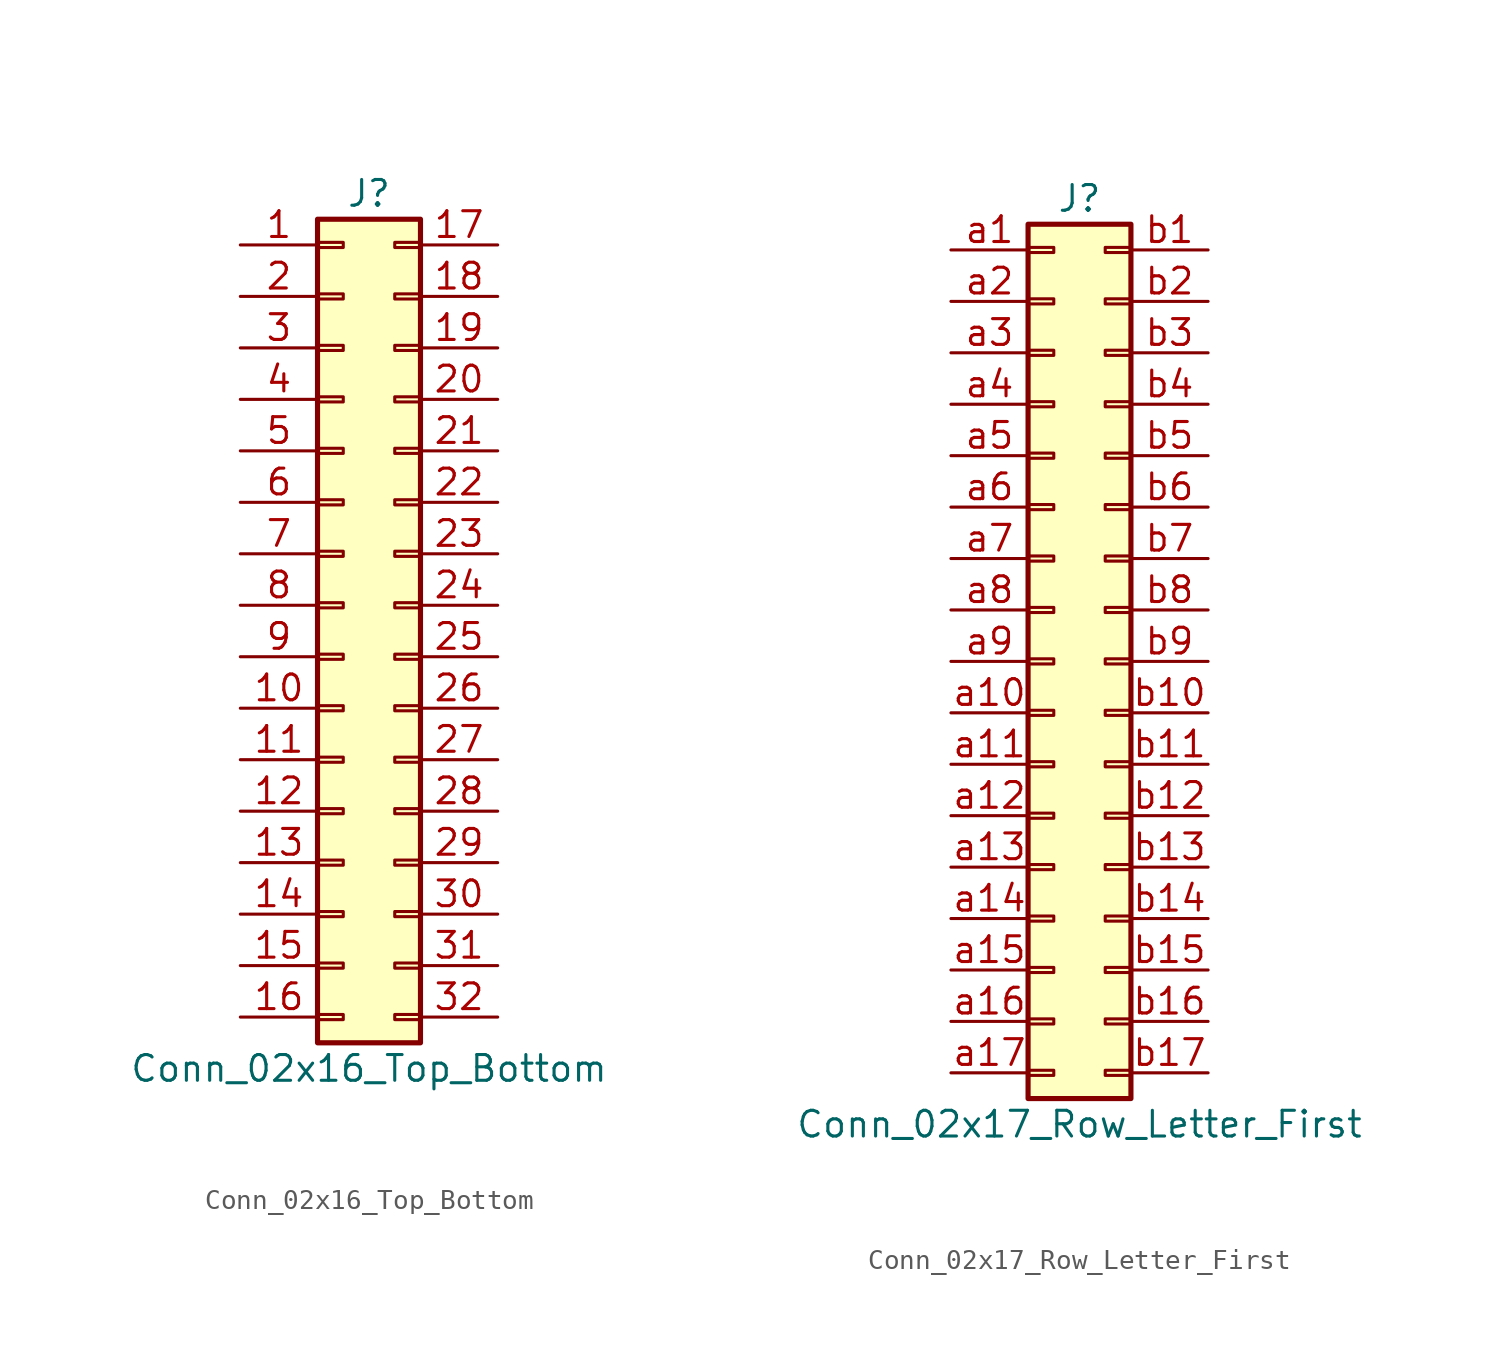
<source format=kicad_sym>
(kicad_symbol_lib
  (version 20201005)
  (generator kicad_symbol_editor)
  (symbol "Conn_02x16_Top_Bottom"
    (pin_names
      (offset 1.016) hide)
    (property "Reference" "J"
      (at 1.27 20.32 0)
      (effects (font (size 1.27 1.27))))
    (property "Value" "Conn_02x16_Top_Bottom"
      (at 1.27 -22.86 0)
      (effects (font (size 1.27 1.27))))
    (symbol "Conn_02x16_Top_Bottom_1_1"
      (rectangle (start -1.27 -20.193) (end 0 -20.447) (stroke (width 0.152)) (fill (type none)))
      (rectangle (start -1.27 -17.653) (end 0 -17.907) (stroke (width 0.152)) (fill (type none)))
      (rectangle (start -1.27 -15.113) (end 0 -15.367) (stroke (width 0.152)) (fill (type none)))
      (rectangle (start -1.27 -12.573) (end 0 -12.827) (stroke (width 0.152)) (fill (type none)))
      (rectangle (start -1.27 -10.033) (end 0 -10.287) (stroke (width 0.152)) (fill (type none)))
      (rectangle (start -1.27 -7.493) (end 0 -7.747) (stroke (width 0.152)) (fill (type none)))
      (rectangle (start -1.27 -4.953) (end 0 -5.207) (stroke (width 0.152)) (fill (type none)))
      (rectangle (start -1.27 -2.413) (end 0 -2.667) (stroke (width 0.152)) (fill (type none)))
      (rectangle (start -1.27 0.127) (end 0 -0.127) (stroke (width 0.152)) (fill (type none)))
      (rectangle (start -1.27 2.667) (end 0 2.413) (stroke (width 0.152)) (fill (type none)))
      (rectangle (start -1.27 5.207) (end 0 4.953) (stroke (width 0.152)) (fill (type none)))
      (rectangle (start -1.27 7.747) (end 0 7.493) (stroke (width 0.152)) (fill (type none)))
      (rectangle (start -1.27 10.287) (end 0 10.033) (stroke (width 0.152)) (fill (type none)))
      (rectangle (start -1.27 12.827) (end 0 12.573) (stroke (width 0.152)) (fill (type none)))
      (rectangle (start -1.27 15.367) (end 0 15.113) (stroke (width 0.152)) (fill (type none)))
      (rectangle (start -1.27 17.907) (end 0 17.653) (stroke (width 0.152)) (fill (type none)))
      (rectangle (start 3.81 -20.193) (end 2.54 -20.447) (stroke (width 0.152)) (fill (type none)))
      (rectangle (start 3.81 -17.653) (end 2.54 -17.907) (stroke (width 0.152)) (fill (type none)))
      (rectangle (start 3.81 -15.113) (end 2.54 -15.367) (stroke (width 0.152)) (fill (type none)))
      (rectangle (start 3.81 -12.573) (end 2.54 -12.827) (stroke (width 0.152)) (fill (type none)))
      (rectangle (start 3.81 -10.033) (end 2.54 -10.287) (stroke (width 0.152)) (fill (type none)))
      (rectangle (start 3.81 -7.493) (end 2.54 -7.747) (stroke (width 0.152)) (fill (type none)))
      (rectangle (start 3.81 -4.953) (end 2.54 -5.207) (stroke (width 0.152)) (fill (type none)))
      (rectangle (start 3.81 -2.413) (end 2.54 -2.667) (stroke (width 0.152)) (fill (type none)))
      (rectangle (start 3.81 0.127) (end 2.54 -0.127) (stroke (width 0.152)) (fill (type none)))
      (rectangle (start 3.81 2.667) (end 2.54 2.413) (stroke (width 0.152)) (fill (type none)))
      (rectangle (start 3.81 5.207) (end 2.54 4.953) (stroke (width 0.152)) (fill (type none)))
      (rectangle (start 3.81 7.747) (end 2.54 7.493) (stroke (width 0.152)) (fill (type none)))
      (rectangle (start 3.81 10.287) (end 2.54 10.033) (stroke (width 0.152)) (fill (type none)))
      (rectangle (start 3.81 12.827) (end 2.54 12.573) (stroke (width 0.152)) (fill (type none)))
      (rectangle (start 3.81 15.367) (end 2.54 15.113) (stroke (width 0.152)) (fill (type none)))
      (rectangle (start 3.81 17.907) (end 2.54 17.653) (stroke (width 0.152)) (fill (type none)))
      (rectangle (start -1.27 19.05) (end 3.81 -21.59) (stroke (width 0.254)) (fill (type background)))
      (pin passive line (at -5.08 17.78 0) (length 3.81) (name "Pin_1" (effects (font (size 1.27 1.27)))) (number "1" (effects (font (size 1.27 1.27)))))
      (pin passive line (at -5.08 -5.08 0) (length 3.81) (name "Pin_10" (effects (font (size 1.27 1.27)))) (number "10" (effects (font (size 1.27 1.27)))))
      (pin passive line (at -5.08 -7.62 0) (length 3.81) (name "Pin_11" (effects (font (size 1.27 1.27)))) (number "11" (effects (font (size 1.27 1.27)))))
      (pin passive line (at -5.08 -10.16 0) (length 3.81) (name "Pin_12" (effects (font (size 1.27 1.27)))) (number "12" (effects (font (size 1.27 1.27)))))
      (pin passive line (at -5.08 -12.7 0) (length 3.81) (name "Pin_13" (effects (font (size 1.27 1.27)))) (number "13" (effects (font (size 1.27 1.27)))))
      (pin passive line (at -5.08 -15.24 0) (length 3.81) (name "Pin_14" (effects (font (size 1.27 1.27)))) (number "14" (effects (font (size 1.27 1.27)))))
      (pin passive line (at -5.08 -17.78 0) (length 3.81) (name "Pin_15" (effects (font (size 1.27 1.27)))) (number "15" (effects (font (size 1.27 1.27)))))
      (pin passive line (at -5.08 -20.32 0) (length 3.81) (name "Pin_16" (effects (font (size 1.27 1.27)))) (number "16" (effects (font (size 1.27 1.27)))))
      (pin passive line (at 7.62 17.78 180) (length 3.81) (name "Pin_17" (effects (font (size 1.27 1.27)))) (number "17" (effects (font (size 1.27 1.27)))))
      (pin passive line (at 7.62 15.24 180) (length 3.81) (name "Pin_18" (effects (font (size 1.27 1.27)))) (number "18" (effects (font (size 1.27 1.27)))))
      (pin passive line (at 7.62 12.7 180) (length 3.81) (name "Pin_19" (effects (font (size 1.27 1.27)))) (number "19" (effects (font (size 1.27 1.27)))))
      (pin passive line (at -5.08 15.24 0) (length 3.81) (name "Pin_2" (effects (font (size 1.27 1.27)))) (number "2" (effects (font (size 1.27 1.27)))))
      (pin passive line (at 7.62 10.16 180) (length 3.81) (name "Pin_20" (effects (font (size 1.27 1.27)))) (number "20" (effects (font (size 1.27 1.27)))))
      (pin passive line (at 7.62 7.62 180) (length 3.81) (name "Pin_21" (effects (font (size 1.27 1.27)))) (number "21" (effects (font (size 1.27 1.27)))))
      (pin passive line (at 7.62 5.08 180) (length 3.81) (name "Pin_22" (effects (font (size 1.27 1.27)))) (number "22" (effects (font (size 1.27 1.27)))))
      (pin passive line (at 7.62 2.54 180) (length 3.81) (name "Pin_23" (effects (font (size 1.27 1.27)))) (number "23" (effects (font (size 1.27 1.27)))))
      (pin passive line (at 7.62 0 180) (length 3.81) (name "Pin_24" (effects (font (size 1.27 1.27)))) (number "24" (effects (font (size 1.27 1.27)))))
      (pin passive line (at 7.62 -2.54 180) (length 3.81) (name "Pin_25" (effects (font (size 1.27 1.27)))) (number "25" (effects (font (size 1.27 1.27)))))
      (pin passive line (at 7.62 -5.08 180) (length 3.81) (name "Pin_26" (effects (font (size 1.27 1.27)))) (number "26" (effects (font (size 1.27 1.27)))))
      (pin passive line (at 7.62 -7.62 180) (length 3.81) (name "Pin_27" (effects (font (size 1.27 1.27)))) (number "27" (effects (font (size 1.27 1.27)))))
      (pin passive line (at 7.62 -10.16 180) (length 3.81) (name "Pin_28" (effects (font (size 1.27 1.27)))) (number "28" (effects (font (size 1.27 1.27)))))
      (pin passive line (at 7.62 -12.7 180) (length 3.81) (name "Pin_29" (effects (font (size 1.27 1.27)))) (number "29" (effects (font (size 1.27 1.27)))))
      (pin passive line (at -5.08 12.7 0) (length 3.81) (name "Pin_3" (effects (font (size 1.27 1.27)))) (number "3" (effects (font (size 1.27 1.27)))))
      (pin passive line (at 7.62 -15.24 180) (length 3.81) (name "Pin_30" (effects (font (size 1.27 1.27)))) (number "30" (effects (font (size 1.27 1.27)))))
      (pin passive line (at 7.62 -17.78 180) (length 3.81) (name "Pin_31" (effects (font (size 1.27 1.27)))) (number "31" (effects (font (size 1.27 1.27)))))
      (pin passive line (at 7.62 -20.32 180) (length 3.81) (name "Pin_32" (effects (font (size 1.27 1.27)))) (number "32" (effects (font (size 1.27 1.27)))))
      (pin passive line (at -5.08 10.16 0) (length 3.81) (name "Pin_4" (effects (font (size 1.27 1.27)))) (number "4" (effects (font (size 1.27 1.27)))))
      (pin passive line (at -5.08 7.62 0) (length 3.81) (name "Pin_5" (effects (font (size 1.27 1.27)))) (number "5" (effects (font (size 1.27 1.27)))))
      (pin passive line (at -5.08 5.08 0) (length 3.81) (name "Pin_6" (effects (font (size 1.27 1.27)))) (number "6" (effects (font (size 1.27 1.27)))))
      (pin passive line (at -5.08 2.54 0) (length 3.81) (name "Pin_7" (effects (font (size 1.27 1.27)))) (number "7" (effects (font (size 1.27 1.27)))))
      (pin passive line (at -5.08 0 0) (length 3.81) (name "Pin_8" (effects (font (size 1.27 1.27)))) (number "8" (effects (font (size 1.27 1.27)))))
      (pin passive line (at -5.08 -2.54 0) (length 3.81) (name "Pin_9" (effects (font (size 1.27 1.27)))) (number "9" (effects (font (size 1.27 1.27)))))))
  (symbol "Conn_02x17_Row_Letter_First"
    (pin_names
      (offset 1.016) hide)
    (property "Reference" "J"
      (at 1.27 22.86 0)
      (effects (font (size 1.27 1.27))))
    (property "Value" "Conn_02x17_Row_Letter_First"
      (at 1.27 -22.86 0)
      (effects (font (size 1.27 1.27))))
    (symbol "Conn_02x17_Row_Letter_First_1_1"
      (rectangle (start -1.27 -20.193) (end 0 -20.447) (stroke (width 0.152)) (fill (type none)))
      (rectangle (start -1.27 -17.653) (end 0 -17.907) (stroke (width 0.152)) (fill (type none)))
      (rectangle (start -1.27 -15.113) (end 0 -15.367) (stroke (width 0.152)) (fill (type none)))
      (rectangle (start -1.27 -12.573) (end 0 -12.827) (stroke (width 0.152)) (fill (type none)))
      (rectangle (start -1.27 -10.033) (end 0 -10.287) (stroke (width 0.152)) (fill (type none)))
      (rectangle (start -1.27 -7.493) (end 0 -7.747) (stroke (width 0.152)) (fill (type none)))
      (rectangle (start -1.27 -4.953) (end 0 -5.207) (stroke (width 0.152)) (fill (type none)))
      (rectangle (start -1.27 -2.413) (end 0 -2.667) (stroke (width 0.152)) (fill (type none)))
      (rectangle (start -1.27 0.127) (end 0 -0.127) (stroke (width 0.152)) (fill (type none)))
      (rectangle (start -1.27 2.667) (end 0 2.413) (stroke (width 0.152)) (fill (type none)))
      (rectangle (start -1.27 5.207) (end 0 4.953) (stroke (width 0.152)) (fill (type none)))
      (rectangle (start -1.27 7.747) (end 0 7.493) (stroke (width 0.152)) (fill (type none)))
      (rectangle (start -1.27 10.287) (end 0 10.033) (stroke (width 0.152)) (fill (type none)))
      (rectangle (start -1.27 12.827) (end 0 12.573) (stroke (width 0.152)) (fill (type none)))
      (rectangle (start -1.27 15.367) (end 0 15.113) (stroke (width 0.152)) (fill (type none)))
      (rectangle (start -1.27 17.907) (end 0 17.653) (stroke (width 0.152)) (fill (type none)))
      (rectangle (start -1.27 20.447) (end 0 20.193) (stroke (width 0.152)) (fill (type none)))
      (rectangle (start 3.81 -20.193) (end 2.54 -20.447) (stroke (width 0.152)) (fill (type none)))
      (rectangle (start 3.81 -17.653) (end 2.54 -17.907) (stroke (width 0.152)) (fill (type none)))
      (rectangle (start 3.81 -15.113) (end 2.54 -15.367) (stroke (width 0.152)) (fill (type none)))
      (rectangle (start 3.81 -12.573) (end 2.54 -12.827) (stroke (width 0.152)) (fill (type none)))
      (rectangle (start 3.81 -10.033) (end 2.54 -10.287) (stroke (width 0.152)) (fill (type none)))
      (rectangle (start 3.81 -7.493) (end 2.54 -7.747) (stroke (width 0.152)) (fill (type none)))
      (rectangle (start 3.81 -4.953) (end 2.54 -5.207) (stroke (width 0.152)) (fill (type none)))
      (rectangle (start 3.81 -2.413) (end 2.54 -2.667) (stroke (width 0.152)) (fill (type none)))
      (rectangle (start 3.81 0.127) (end 2.54 -0.127) (stroke (width 0.152)) (fill (type none)))
      (rectangle (start 3.81 2.667) (end 2.54 2.413) (stroke (width 0.152)) (fill (type none)))
      (rectangle (start 3.81 5.207) (end 2.54 4.953) (stroke (width 0.152)) (fill (type none)))
      (rectangle (start 3.81 7.747) (end 2.54 7.493) (stroke (width 0.152)) (fill (type none)))
      (rectangle (start 3.81 10.287) (end 2.54 10.033) (stroke (width 0.152)) (fill (type none)))
      (rectangle (start 3.81 12.827) (end 2.54 12.573) (stroke (width 0.152)) (fill (type none)))
      (rectangle (start 3.81 15.367) (end 2.54 15.113) (stroke (width 0.152)) (fill (type none)))
      (rectangle (start 3.81 17.907) (end 2.54 17.653) (stroke (width 0.152)) (fill (type none)))
      (rectangle (start 3.81 20.447) (end 2.54 20.193) (stroke (width 0.152)) (fill (type none)))
      (rectangle (start -1.27 21.59) (end 3.81 -21.59) (stroke (width 0.254)) (fill (type background)))
      (pin passive line (at -5.08 20.32 0) (length 3.81) (name "Pin_a1" (effects (font (size 1.27 1.27)))) (number "a1" (effects (font (size 1.27 1.27)))))
      (pin passive line (at -5.08 -2.54 0) (length 3.81) (name "Pin_a10" (effects (font (size 1.27 1.27)))) (number "a10" (effects (font (size 1.27 1.27)))))
      (pin passive line (at -5.08 -5.08 0) (length 3.81) (name "Pin_a11" (effects (font (size 1.27 1.27)))) (number "a11" (effects (font (size 1.27 1.27)))))
      (pin passive line (at -5.08 -7.62 0) (length 3.81) (name "Pin_a12" (effects (font (size 1.27 1.27)))) (number "a12" (effects (font (size 1.27 1.27)))))
      (pin passive line (at -5.08 -10.16 0) (length 3.81) (name "Pin_a13" (effects (font (size 1.27 1.27)))) (number "a13" (effects (font (size 1.27 1.27)))))
      (pin passive line (at -5.08 -12.7 0) (length 3.81) (name "Pin_a14" (effects (font (size 1.27 1.27)))) (number "a14" (effects (font (size 1.27 1.27)))))
      (pin passive line (at -5.08 -15.24 0) (length 3.81) (name "Pin_a15" (effects (font (size 1.27 1.27)))) (number "a15" (effects (font (size 1.27 1.27)))))
      (pin passive line (at -5.08 -17.78 0) (length 3.81) (name "Pin_a16" (effects (font (size 1.27 1.27)))) (number "a16" (effects (font (size 1.27 1.27)))))
      (pin passive line (at -5.08 -20.32 0) (length 3.81) (name "Pin_a17" (effects (font (size 1.27 1.27)))) (number "a17" (effects (font (size 1.27 1.27)))))
      (pin passive line (at -5.08 17.78 0) (length 3.81) (name "Pin_a2" (effects (font (size 1.27 1.27)))) (number "a2" (effects (font (size 1.27 1.27)))))
      (pin passive line (at -5.08 15.24 0) (length 3.81) (name "Pin_a3" (effects (font (size 1.27 1.27)))) (number "a3" (effects (font (size 1.27 1.27)))))
      (pin passive line (at -5.08 12.7 0) (length 3.81) (name "Pin_a4" (effects (font (size 1.27 1.27)))) (number "a4" (effects (font (size 1.27 1.27)))))
      (pin passive line (at -5.08 10.16 0) (length 3.81) (name "Pin_a5" (effects (font (size 1.27 1.27)))) (number "a5" (effects (font (size 1.27 1.27)))))
      (pin passive line (at -5.08 7.62 0) (length 3.81) (name "Pin_a6" (effects (font (size 1.27 1.27)))) (number "a6" (effects (font (size 1.27 1.27)))))
      (pin passive line (at -5.08 5.08 0) (length 3.81) (name "Pin_a7" (effects (font (size 1.27 1.27)))) (number "a7" (effects (font (size 1.27 1.27)))))
      (pin passive line (at -5.08 2.54 0) (length 3.81) (name "Pin_a8" (effects (font (size 1.27 1.27)))) (number "a8" (effects (font (size 1.27 1.27)))))
      (pin passive line (at -5.08 0 0) (length 3.81) (name "Pin_a9" (effects (font (size 1.27 1.27)))) (number "a9" (effects (font (size 1.27 1.27)))))
      (pin passive line (at 7.62 20.32 180) (length 3.81) (name "Pin_b1" (effects (font (size 1.27 1.27)))) (number "b1" (effects (font (size 1.27 1.27)))))
      (pin passive line (at 7.62 -2.54 180) (length 3.81) (name "Pin_b10" (effects (font (size 1.27 1.27)))) (number "b10" (effects (font (size 1.27 1.27)))))
      (pin passive line (at 7.62 -5.08 180) (length 3.81) (name "Pin_b11" (effects (font (size 1.27 1.27)))) (number "b11" (effects (font (size 1.27 1.27)))))
      (pin passive line (at 7.62 -7.62 180) (length 3.81) (name "Pin_b12" (effects (font (size 1.27 1.27)))) (number "b12" (effects (font (size 1.27 1.27)))))
      (pin passive line (at 7.62 -10.16 180) (length 3.81) (name "Pin_b13" (effects (font (size 1.27 1.27)))) (number "b13" (effects (font (size 1.27 1.27)))))
      (pin passive line (at 7.62 -12.7 180) (length 3.81) (name "Pin_b14" (effects (font (size 1.27 1.27)))) (number "b14" (effects (font (size 1.27 1.27)))))
      (pin passive line (at 7.62 -15.24 180) (length 3.81) (name "Pin_b15" (effects (font (size 1.27 1.27)))) (number "b15" (effects (font (size 1.27 1.27)))))
      (pin passive line (at 7.62 -17.78 180) (length 3.81) (name "Pin_b16" (effects (font (size 1.27 1.27)))) (number "b16" (effects (font (size 1.27 1.27)))))
      (pin passive line (at 7.62 -20.32 180) (length 3.81) (name "Pin_b17" (effects (font (size 1.27 1.27)))) (number "b17" (effects (font (size 1.27 1.27)))))
      (pin passive line (at 7.62 17.78 180) (length 3.81) (name "Pin_b2" (effects (font (size 1.27 1.27)))) (number "b2" (effects (font (size 1.27 1.27)))))
      (pin passive line (at 7.62 15.24 180) (length 3.81) (name "Pin_b3" (effects (font (size 1.27 1.27)))) (number "b3" (effects (font (size 1.27 1.27)))))
      (pin passive line (at 7.62 12.7 180) (length 3.81) (name "Pin_b4" (effects (font (size 1.27 1.27)))) (number "b4" (effects (font (size 1.27 1.27)))))
      (pin passive line (at 7.62 10.16 180) (length 3.81) (name "Pin_b5" (effects (font (size 1.27 1.27)))) (number "b5" (effects (font (size 1.27 1.27)))))
      (pin passive line (at 7.62 7.62 180) (length 3.81) (name "Pin_b6" (effects (font (size 1.27 1.27)))) (number "b6" (effects (font (size 1.27 1.27)))))
      (pin passive line (at 7.62 5.08 180) (length 3.81) (name "Pin_b7" (effects (font (size 1.27 1.27)))) (number "b7" (effects (font (size 1.27 1.27)))))
      (pin passive line (at 7.62 2.54 180) (length 3.81) (name "Pin_b8" (effects (font (size 1.27 1.27)))) (number "b8" (effects (font (size 1.27 1.27)))))
      (pin passive line (at 7.62 0 180) (length 3.81) (name "Pin_b9" (effects (font (size 1.27 1.27)))) (number "b9" (effects (font (size 1.27 1.27))))))))
</source>
